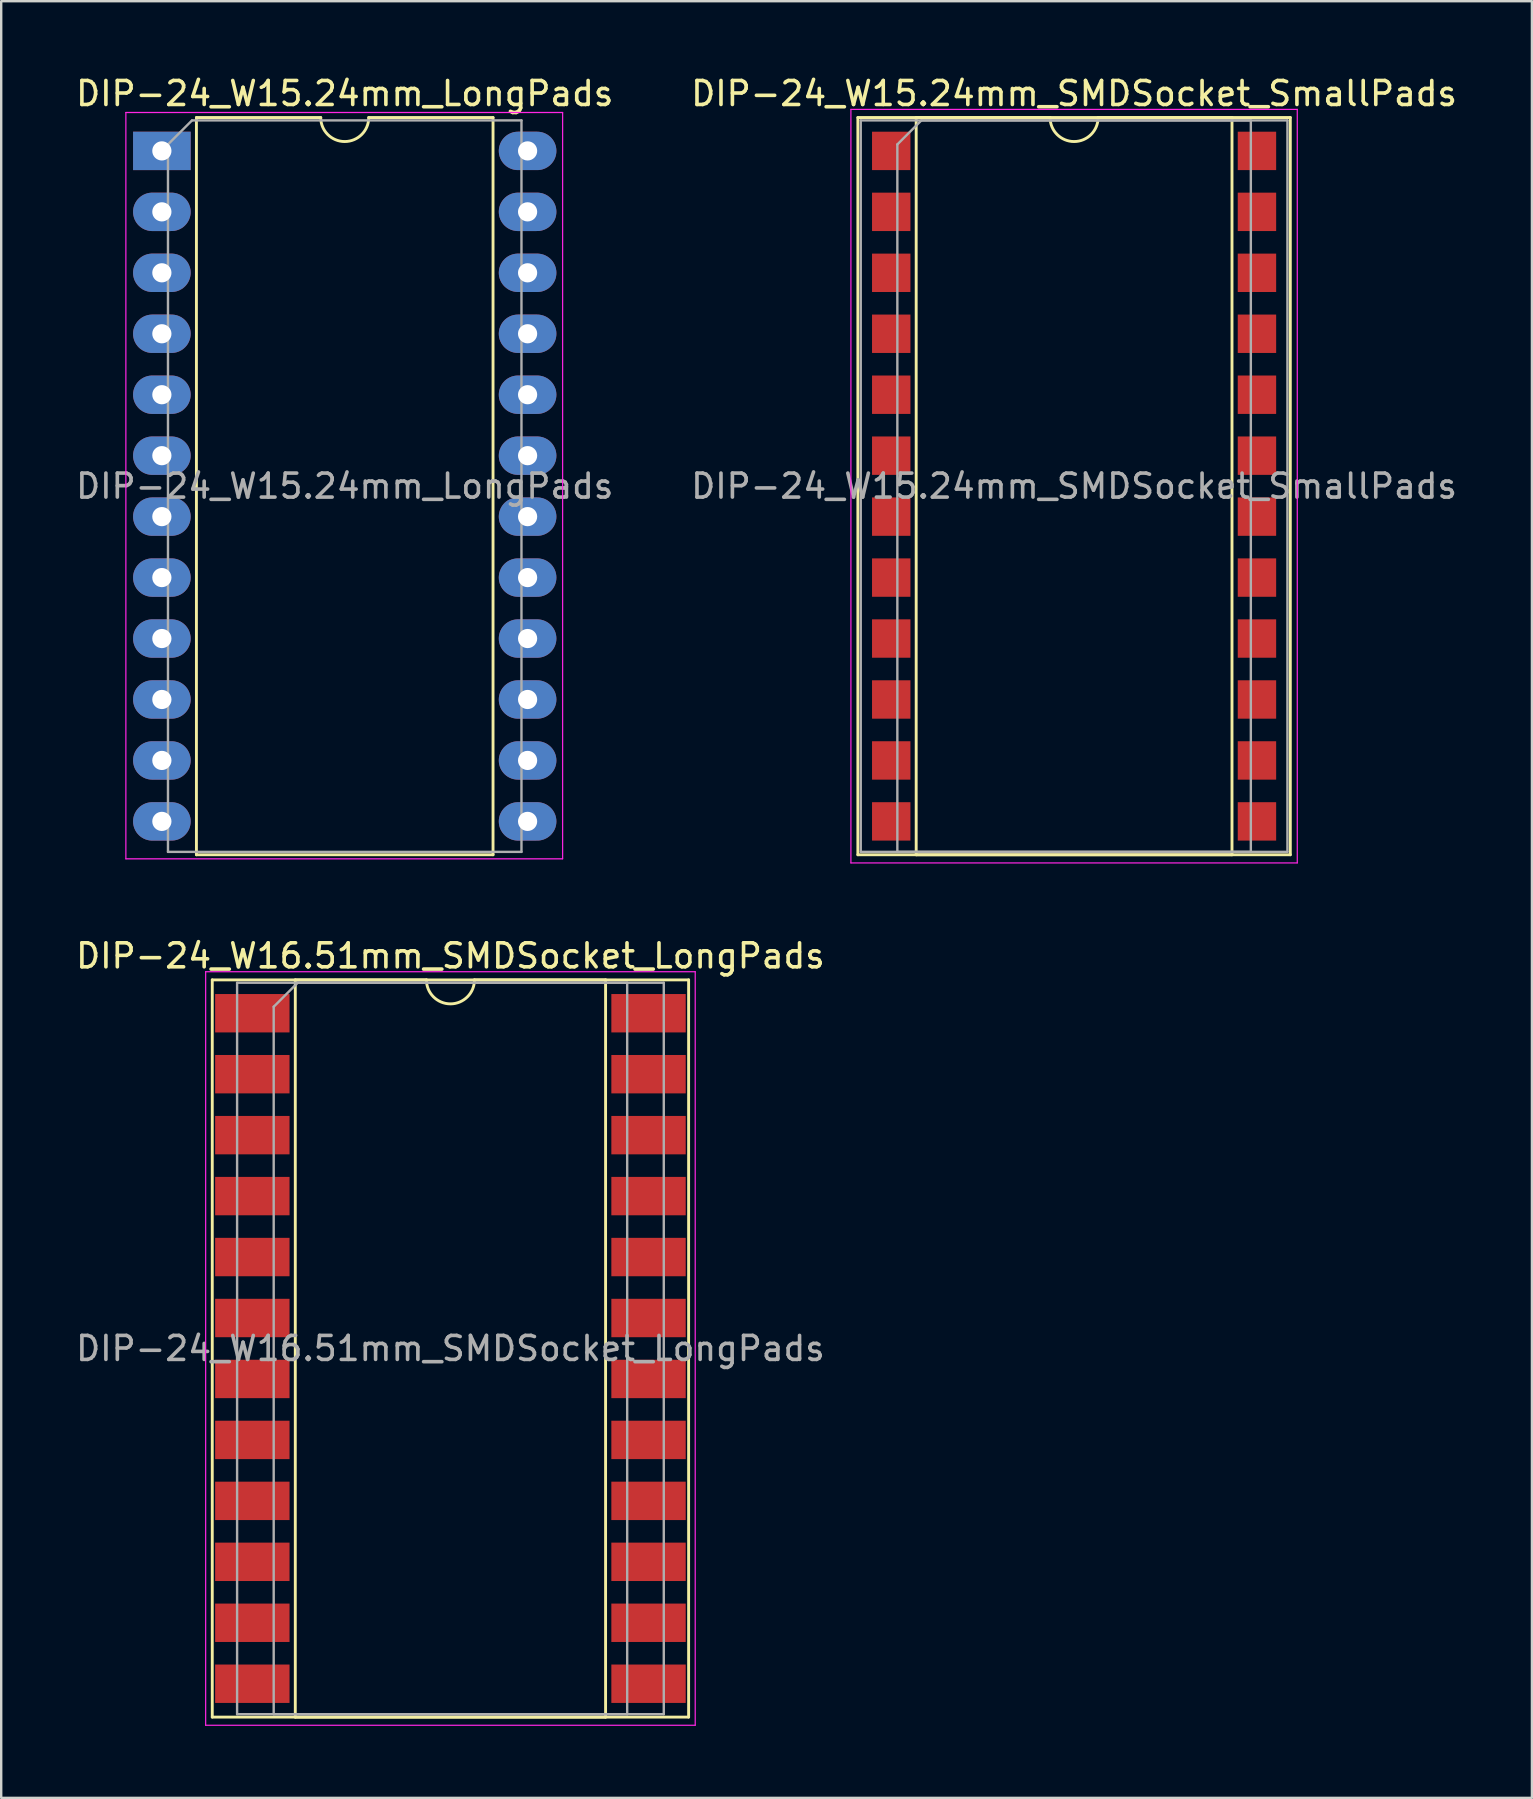
<source format=kicad_pcb>
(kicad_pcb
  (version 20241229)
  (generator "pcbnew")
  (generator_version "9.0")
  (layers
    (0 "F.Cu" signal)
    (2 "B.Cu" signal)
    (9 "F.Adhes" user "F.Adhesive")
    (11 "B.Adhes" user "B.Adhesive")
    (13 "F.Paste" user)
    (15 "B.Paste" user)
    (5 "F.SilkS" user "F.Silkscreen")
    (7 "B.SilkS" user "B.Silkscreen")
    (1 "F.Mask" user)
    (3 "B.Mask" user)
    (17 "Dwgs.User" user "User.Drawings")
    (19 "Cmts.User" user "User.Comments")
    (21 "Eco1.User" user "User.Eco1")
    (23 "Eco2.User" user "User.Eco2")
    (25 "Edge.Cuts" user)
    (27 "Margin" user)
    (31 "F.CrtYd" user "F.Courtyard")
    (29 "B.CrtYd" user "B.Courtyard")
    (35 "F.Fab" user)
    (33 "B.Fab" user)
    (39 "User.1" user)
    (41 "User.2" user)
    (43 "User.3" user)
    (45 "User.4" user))
  (footprint "DIP-24_W15.24mm_LongPads"
    (layer "F.Cu")
    (at 3.695 3.238)
    (property "Reference" "DIP-24_W15.24mm_LongPads" (at 7.62 -2.39 0) (layer "F.SilkS") (effects (font (size 1 1) (thickness 0.15))))
    (attr through_hole)
    (fp_line (start 1.44 -1.39) (end 1.44 29.33) (stroke (width 0.12) (type solid)) (layer "F.SilkS"))
    (fp_line (start 1.44 29.33) (end 13.8 29.33) (stroke (width 0.12) (type solid)) (layer "F.SilkS"))
    (fp_line (start 6.62 -1.39) (end 1.44 -1.39) (stroke (width 0.12) (type solid)) (layer "F.SilkS"))
    (fp_line (start 13.8 -1.39) (end 8.62 -1.39) (stroke (width 0.12) (type solid)) (layer "F.SilkS"))
    (fp_line (start 13.8 29.33) (end 13.8 -1.39) (stroke (width 0.12) (type solid)) (layer "F.SilkS"))
    (fp_arc (start 8.62 -1.39) (mid 7.62 -0.39) (end 6.62 -1.39) (stroke (width 0.12) (type solid)) (layer "F.SilkS"))
    (fp_line (start -1.5 -1.6) (end -1.5 29.5) (stroke (width 0.05) (type solid)) (layer "F.CrtYd"))
    (fp_line (start -1.5 29.5) (end 16.7 29.5) (stroke (width 0.05) (type solid)) (layer "F.CrtYd"))
    (fp_line (start 16.7 -1.6) (end -1.5 -1.6) (stroke (width 0.05) (type solid)) (layer "F.CrtYd"))
    (fp_line (start 16.7 29.5) (end 16.7 -1.6) (stroke (width 0.05) (type solid)) (layer "F.CrtYd"))
    (fp_line (start 0.255 -0.27) (end 1.255 -1.27) (stroke (width 0.1) (type solid)) (layer "F.Fab"))
    (fp_line (start 0.255 29.21) (end 0.255 -0.27) (stroke (width 0.1) (type solid)) (layer "F.Fab"))
    (fp_line (start 1.255 -1.27) (end 14.985 -1.27) (stroke (width 0.1) (type solid)) (layer "F.Fab"))
    (fp_line (start 14.985 -1.27) (end 14.985 29.21) (stroke (width 0.1) (type solid)) (layer "F.Fab"))
    (fp_line (start 14.985 29.21) (end 0.255 29.21) (stroke (width 0.1) (type solid)) (layer "F.Fab"))
    (fp_text user "${REFERENCE}" (at 7.62 13.97 0) (layer "F.Fab") (effects (font (size 1 1) (thickness 0.15))))
    (pad "1" thru_hole rect (at 0 0) (size 2.4 1.6) (drill 0.8) (layers "*.Cu" "*.Mask"))
    (pad "2" thru_hole oval (at 0 2.54) (size 2.4 1.6) (drill 0.8) (layers "*.Cu" "*.Mask"))
    (pad "3" thru_hole oval (at 0 5.08) (size 2.4 1.6) (drill 0.8) (layers "*.Cu" "*.Mask"))
    (pad "4" thru_hole oval (at 0 7.62) (size 2.4 1.6) (drill 0.8) (layers "*.Cu" "*.Mask"))
    (pad "5" thru_hole oval (at 0 10.16) (size 2.4 1.6) (drill 0.8) (layers "*.Cu" "*.Mask"))
    (pad "6" thru_hole oval (at 0 12.7) (size 2.4 1.6) (drill 0.8) (layers "*.Cu" "*.Mask"))
    (pad "7" thru_hole oval (at 0 15.24) (size 2.4 1.6) (drill 0.8) (layers "*.Cu" "*.Mask"))
    (pad "8" thru_hole oval (at 0 17.78) (size 2.4 1.6) (drill 0.8) (layers "*.Cu" "*.Mask"))
    (pad "9" thru_hole oval (at 0 20.32) (size 2.4 1.6) (drill 0.8) (layers "*.Cu" "*.Mask"))
    (pad "10" thru_hole oval (at 0 22.86) (size 2.4 1.6) (drill 0.8) (layers "*.Cu" "*.Mask"))
    (pad "11" thru_hole oval (at 0 25.4) (size 2.4 1.6) (drill 0.8) (layers "*.Cu" "*.Mask"))
    (pad "12" thru_hole oval (at 0 27.94) (size 2.4 1.6) (drill 0.8) (layers "*.Cu" "*.Mask"))
    (pad "13" thru_hole oval (at 15.24 27.94) (size 2.4 1.6) (drill 0.8) (layers "*.Cu" "*.Mask"))
    (pad "14" thru_hole oval (at 15.24 25.4) (size 2.4 1.6) (drill 0.8) (layers "*.Cu" "*.Mask"))
    (pad "15" thru_hole oval (at 15.24 22.86) (size 2.4 1.6) (drill 0.8) (layers "*.Cu" "*.Mask"))
    (pad "16" thru_hole oval (at 15.24 20.32) (size 2.4 1.6) (drill 0.8) (layers "*.Cu" "*.Mask"))
    (pad "17" thru_hole oval (at 15.24 17.78) (size 2.4 1.6) (drill 0.8) (layers "*.Cu" "*.Mask"))
    (pad "18" thru_hole oval (at 15.24 15.24) (size 2.4 1.6) (drill 0.8) (layers "*.Cu" "*.Mask"))
    (pad "19" thru_hole oval (at 15.24 12.7) (size 2.4 1.6) (drill 0.8) (layers "*.Cu" "*.Mask"))
    (pad "20" thru_hole oval (at 15.24 10.16) (size 2.4 1.6) (drill 0.8) (layers "*.Cu" "*.Mask"))
    (pad "21" thru_hole oval (at 15.24 7.62) (size 2.4 1.6) (drill 0.8) (layers "*.Cu" "*.Mask"))
    (pad "22" thru_hole oval (at 15.24 5.08) (size 2.4 1.6) (drill 0.8) (layers "*.Cu" "*.Mask"))
    (pad "23" thru_hole oval (at 15.24 2.54) (size 2.4 1.6) (drill 0.8) (layers "*.Cu" "*.Mask"))
    (pad "24" thru_hole oval (at 15.24 0) (size 2.4 1.6) (drill 0.8) (layers "*.Cu" "*.Mask")))
  (footprint "DIP-24_W16.51mm_SMDSocket_LongPads"
    (layer "F.Cu")
    (at 15.72 53.142)
    (property "Reference" "DIP-24_W16.51mm_SMDSocket_LongPads" (at 0 -16.36 0) (layer "F.SilkS") (effects (font (size 1 1) (thickness 0.15))))
    (attr smd)
    (fp_line (start -9.925 -15.36) (end -9.925 15.36) (stroke (width 0.12) (type solid)) (layer "F.SilkS"))
    (fp_line (start -9.925 15.36) (end 9.925 15.36) (stroke (width 0.12) (type solid)) (layer "F.SilkS"))
    (fp_line (start -6.465 -15.36) (end -6.465 15.36) (stroke (width 0.12) (type solid)) (layer "F.SilkS"))
    (fp_line (start -6.465 15.36) (end 6.465 15.36) (stroke (width 0.12) (type solid)) (layer "F.SilkS"))
    (fp_line (start -1 -15.36) (end -6.465 -15.36) (stroke (width 0.12) (type solid)) (layer "F.SilkS"))
    (fp_line (start 6.465 -15.36) (end 1 -15.36) (stroke (width 0.12) (type solid)) (layer "F.SilkS"))
    (fp_line (start 6.465 15.36) (end 6.465 -15.36) (stroke (width 0.12) (type solid)) (layer "F.SilkS"))
    (fp_line (start 9.925 -15.36) (end -9.925 -15.36) (stroke (width 0.12) (type solid)) (layer "F.SilkS"))
    (fp_line (start 9.925 15.36) (end 9.925 -15.36) (stroke (width 0.12) (type solid)) (layer "F.SilkS"))
    (fp_arc (start 1 -15.36) (mid 0 -14.36) (end -1 -15.36) (stroke (width 0.12) (type solid)) (layer "F.SilkS"))
    (fp_line (start -10.2 -15.7) (end -10.2 15.7) (stroke (width 0.05) (type solid)) (layer "F.CrtYd"))
    (fp_line (start -10.2 15.7) (end 10.2 15.7) (stroke (width 0.05) (type solid)) (layer "F.CrtYd"))
    (fp_line (start 10.2 -15.7) (end -10.2 -15.7) (stroke (width 0.05) (type solid)) (layer "F.CrtYd"))
    (fp_line (start 10.2 15.7) (end 10.2 -15.7) (stroke (width 0.05) (type solid)) (layer "F.CrtYd"))
    (fp_line (start -8.89 -15.24) (end -8.89 15.24) (stroke (width 0.1) (type solid)) (layer "F.Fab"))
    (fp_line (start -8.89 15.24) (end 8.89 15.24) (stroke (width 0.1) (type solid)) (layer "F.Fab"))
    (fp_line (start -7.365 -14.24) (end -6.365 -15.24) (stroke (width 0.1) (type solid)) (layer "F.Fab"))
    (fp_line (start -7.365 15.24) (end -7.365 -14.24) (stroke (width 0.1) (type solid)) (layer "F.Fab"))
    (fp_line (start -6.365 -15.24) (end 7.365 -15.24) (stroke (width 0.1) (type solid)) (layer "F.Fab"))
    (fp_line (start 7.365 -15.24) (end 7.365 15.24) (stroke (width 0.1) (type solid)) (layer "F.Fab"))
    (fp_line (start 7.365 15.24) (end -7.365 15.24) (stroke (width 0.1) (type solid)) (layer "F.Fab"))
    (fp_line (start 8.89 -15.24) (end -8.89 -15.24) (stroke (width 0.1) (type solid)) (layer "F.Fab"))
    (fp_line (start 8.89 15.24) (end 8.89 -15.24) (stroke (width 0.1) (type solid)) (layer "F.Fab"))
    (fp_text user "${REFERENCE}" (at 0 0 0) (layer "F.Fab") (effects (font (size 1 1) (thickness 0.15))))
    (pad "1" smd rect (at -8.255 -13.97) (size 3.1 1.6) (layers "F.Cu" "F.Mask" "F.Paste"))
    (pad "2" smd rect (at -8.255 -11.43) (size 3.1 1.6) (layers "F.Cu" "F.Mask" "F.Paste"))
    (pad "3" smd rect (at -8.255 -8.89) (size 3.1 1.6) (layers "F.Cu" "F.Mask" "F.Paste"))
    (pad "4" smd rect (at -8.255 -6.35) (size 3.1 1.6) (layers "F.Cu" "F.Mask" "F.Paste"))
    (pad "5" smd rect (at -8.255 -3.81) (size 3.1 1.6) (layers "F.Cu" "F.Mask" "F.Paste"))
    (pad "6" smd rect (at -8.255 -1.27) (size 3.1 1.6) (layers "F.Cu" "F.Mask" "F.Paste"))
    (pad "7" smd rect (at -8.255 1.27) (size 3.1 1.6) (layers "F.Cu" "F.Mask" "F.Paste"))
    (pad "8" smd rect (at -8.255 3.81) (size 3.1 1.6) (layers "F.Cu" "F.Mask" "F.Paste"))
    (pad "9" smd rect (at -8.255 6.35) (size 3.1 1.6) (layers "F.Cu" "F.Mask" "F.Paste"))
    (pad "10" smd rect (at -8.255 8.89) (size 3.1 1.6) (layers "F.Cu" "F.Mask" "F.Paste"))
    (pad "11" smd rect (at -8.255 11.43) (size 3.1 1.6) (layers "F.Cu" "F.Mask" "F.Paste"))
    (pad "12" smd rect (at -8.255 13.97) (size 3.1 1.6) (layers "F.Cu" "F.Mask" "F.Paste"))
    (pad "13" smd rect (at 8.255 13.97) (size 3.1 1.6) (layers "F.Cu" "F.Mask" "F.Paste"))
    (pad "14" smd rect (at 8.255 11.43) (size 3.1 1.6) (layers "F.Cu" "F.Mask" "F.Paste"))
    (pad "15" smd rect (at 8.255 8.89) (size 3.1 1.6) (layers "F.Cu" "F.Mask" "F.Paste"))
    (pad "16" smd rect (at 8.255 6.35) (size 3.1 1.6) (layers "F.Cu" "F.Mask" "F.Paste"))
    (pad "17" smd rect (at 8.255 3.81) (size 3.1 1.6) (layers "F.Cu" "F.Mask" "F.Paste"))
    (pad "18" smd rect (at 8.255 1.27) (size 3.1 1.6) (layers "F.Cu" "F.Mask" "F.Paste"))
    (pad "19" smd rect (at 8.255 -1.27) (size 3.1 1.6) (layers "F.Cu" "F.Mask" "F.Paste"))
    (pad "20" smd rect (at 8.255 -3.81) (size 3.1 1.6) (layers "F.Cu" "F.Mask" "F.Paste"))
    (pad "21" smd rect (at 8.255 -6.35) (size 3.1 1.6) (layers "F.Cu" "F.Mask" "F.Paste"))
    (pad "22" smd rect (at 8.255 -8.89) (size 3.1 1.6) (layers "F.Cu" "F.Mask" "F.Paste"))
    (pad "23" smd rect (at 8.255 -11.43) (size 3.1 1.6) (layers "F.Cu" "F.Mask" "F.Paste"))
    (pad "24" smd rect (at 8.255 -13.97) (size 3.1 1.6) (layers "F.Cu" "F.Mask" "F.Paste")))
  (footprint "DIP-24_W15.24mm_SMDSocket_SmallPads"
    (layer "F.Cu")
    (at 41.708 17.208)
    (property "Reference" "DIP-24_W15.24mm_SMDSocket_SmallPads" (at 0 -16.36 0) (layer "F.SilkS") (effects (font (size 1 1) (thickness 0.15))))
    (attr smd)
    (fp_line (start -9.01 -15.36) (end -9.01 15.36) (stroke (width 0.12) (type solid)) (layer "F.SilkS"))
    (fp_line (start -9.01 15.36) (end 9.01 15.36) (stroke (width 0.12) (type solid)) (layer "F.SilkS"))
    (fp_line (start -6.58 -15.36) (end -6.58 15.36) (stroke (width 0.12) (type solid)) (layer "F.SilkS"))
    (fp_line (start -6.58 15.36) (end 6.58 15.36) (stroke (width 0.12) (type solid)) (layer "F.SilkS"))
    (fp_line (start -1 -15.36) (end -6.58 -15.36) (stroke (width 0.12) (type solid)) (layer "F.SilkS"))
    (fp_line (start 6.58 -15.36) (end 1 -15.36) (stroke (width 0.12) (type solid)) (layer "F.SilkS"))
    (fp_line (start 6.58 15.36) (end 6.58 -15.36) (stroke (width 0.12) (type solid)) (layer "F.SilkS"))
    (fp_line (start 9.01 -15.36) (end -9.01 -15.36) (stroke (width 0.12) (type solid)) (layer "F.SilkS"))
    (fp_line (start 9.01 15.36) (end 9.01 -15.36) (stroke (width 0.12) (type solid)) (layer "F.SilkS"))
    (fp_arc (start 1 -15.36) (mid 0 -14.36) (end -1 -15.36) (stroke (width 0.12) (type solid)) (layer "F.SilkS"))
    (fp_line (start -9.3 -15.7) (end -9.3 15.7) (stroke (width 0.05) (type solid)) (layer "F.CrtYd"))
    (fp_line (start -9.3 15.7) (end 9.3 15.7) (stroke (width 0.05) (type solid)) (layer "F.CrtYd"))
    (fp_line (start 9.3 -15.7) (end -9.3 -15.7) (stroke (width 0.05) (type solid)) (layer "F.CrtYd"))
    (fp_line (start 9.3 15.7) (end 9.3 -15.7) (stroke (width 0.05) (type solid)) (layer "F.CrtYd"))
    (fp_line (start -8.89 -15.24) (end -8.89 15.24) (stroke (width 0.1) (type solid)) (layer "F.Fab"))
    (fp_line (start -8.89 15.24) (end 8.89 15.24) (stroke (width 0.1) (type solid)) (layer "F.Fab"))
    (fp_line (start -7.365 -14.24) (end -6.365 -15.24) (stroke (width 0.1) (type solid)) (layer "F.Fab"))
    (fp_line (start -7.365 15.24) (end -7.365 -14.24) (stroke (width 0.1) (type solid)) (layer "F.Fab"))
    (fp_line (start -6.365 -15.24) (end 7.365 -15.24) (stroke (width 0.1) (type solid)) (layer "F.Fab"))
    (fp_line (start 7.365 -15.24) (end 7.365 15.24) (stroke (width 0.1) (type solid)) (layer "F.Fab"))
    (fp_line (start 7.365 15.24) (end -7.365 15.24) (stroke (width 0.1) (type solid)) (layer "F.Fab"))
    (fp_line (start 8.89 -15.24) (end -8.89 -15.24) (stroke (width 0.1) (type solid)) (layer "F.Fab"))
    (fp_line (start 8.89 15.24) (end 8.89 -15.24) (stroke (width 0.1) (type solid)) (layer "F.Fab"))
    (fp_text user "${REFERENCE}" (at 0 0 0) (layer "F.Fab") (effects (font (size 1 1) (thickness 0.15))))
    (pad "1" smd rect (at -7.62 -13.97) (size 1.6 1.6) (layers "F.Cu" "F.Mask" "F.Paste"))
    (pad "2" smd rect (at -7.62 -11.43) (size 1.6 1.6) (layers "F.Cu" "F.Mask" "F.Paste"))
    (pad "3" smd rect (at -7.62 -8.89) (size 1.6 1.6) (layers "F.Cu" "F.Mask" "F.Paste"))
    (pad "4" smd rect (at -7.62 -6.35) (size 1.6 1.6) (layers "F.Cu" "F.Mask" "F.Paste"))
    (pad "5" smd rect (at -7.62 -3.81) (size 1.6 1.6) (layers "F.Cu" "F.Mask" "F.Paste"))
    (pad "6" smd rect (at -7.62 -1.27) (size 1.6 1.6) (layers "F.Cu" "F.Mask" "F.Paste"))
    (pad "7" smd rect (at -7.62 1.27) (size 1.6 1.6) (layers "F.Cu" "F.Mask" "F.Paste"))
    (pad "8" smd rect (at -7.62 3.81) (size 1.6 1.6) (layers "F.Cu" "F.Mask" "F.Paste"))
    (pad "9" smd rect (at -7.62 6.35) (size 1.6 1.6) (layers "F.Cu" "F.Mask" "F.Paste"))
    (pad "10" smd rect (at -7.62 8.89) (size 1.6 1.6) (layers "F.Cu" "F.Mask" "F.Paste"))
    (pad "11" smd rect (at -7.62 11.43) (size 1.6 1.6) (layers "F.Cu" "F.Mask" "F.Paste"))
    (pad "12" smd rect (at -7.62 13.97) (size 1.6 1.6) (layers "F.Cu" "F.Mask" "F.Paste"))
    (pad "13" smd rect (at 7.62 13.97) (size 1.6 1.6) (layers "F.Cu" "F.Mask" "F.Paste"))
    (pad "14" smd rect (at 7.62 11.43) (size 1.6 1.6) (layers "F.Cu" "F.Mask" "F.Paste"))
    (pad "15" smd rect (at 7.62 8.89) (size 1.6 1.6) (layers "F.Cu" "F.Mask" "F.Paste"))
    (pad "16" smd rect (at 7.62 6.35) (size 1.6 1.6) (layers "F.Cu" "F.Mask" "F.Paste"))
    (pad "17" smd rect (at 7.62 3.81) (size 1.6 1.6) (layers "F.Cu" "F.Mask" "F.Paste"))
    (pad "18" smd rect (at 7.62 1.27) (size 1.6 1.6) (layers "F.Cu" "F.Mask" "F.Paste"))
    (pad "19" smd rect (at 7.62 -1.27) (size 1.6 1.6) (layers "F.Cu" "F.Mask" "F.Paste"))
    (pad "20" smd rect (at 7.62 -3.81) (size 1.6 1.6) (layers "F.Cu" "F.Mask" "F.Paste"))
    (pad "21" smd rect (at 7.62 -6.35) (size 1.6 1.6) (layers "F.Cu" "F.Mask" "F.Paste"))
    (pad "22" smd rect (at 7.62 -8.89) (size 1.6 1.6) (layers "F.Cu" "F.Mask" "F.Paste"))
    (pad "23" smd rect (at 7.62 -11.43) (size 1.6 1.6) (layers "F.Cu" "F.Mask" "F.Paste"))
    (pad "24" smd rect (at 7.62 -13.97) (size 1.6 1.6) (layers "F.Cu" "F.Mask" "F.Paste")))
  (gr_rect
    (start -3 -3)
    (end 60.786 71.867)
    (stroke (width 0.1) (type default))
    (fill no)
    (layer "Edge.Cuts")))
</source>
